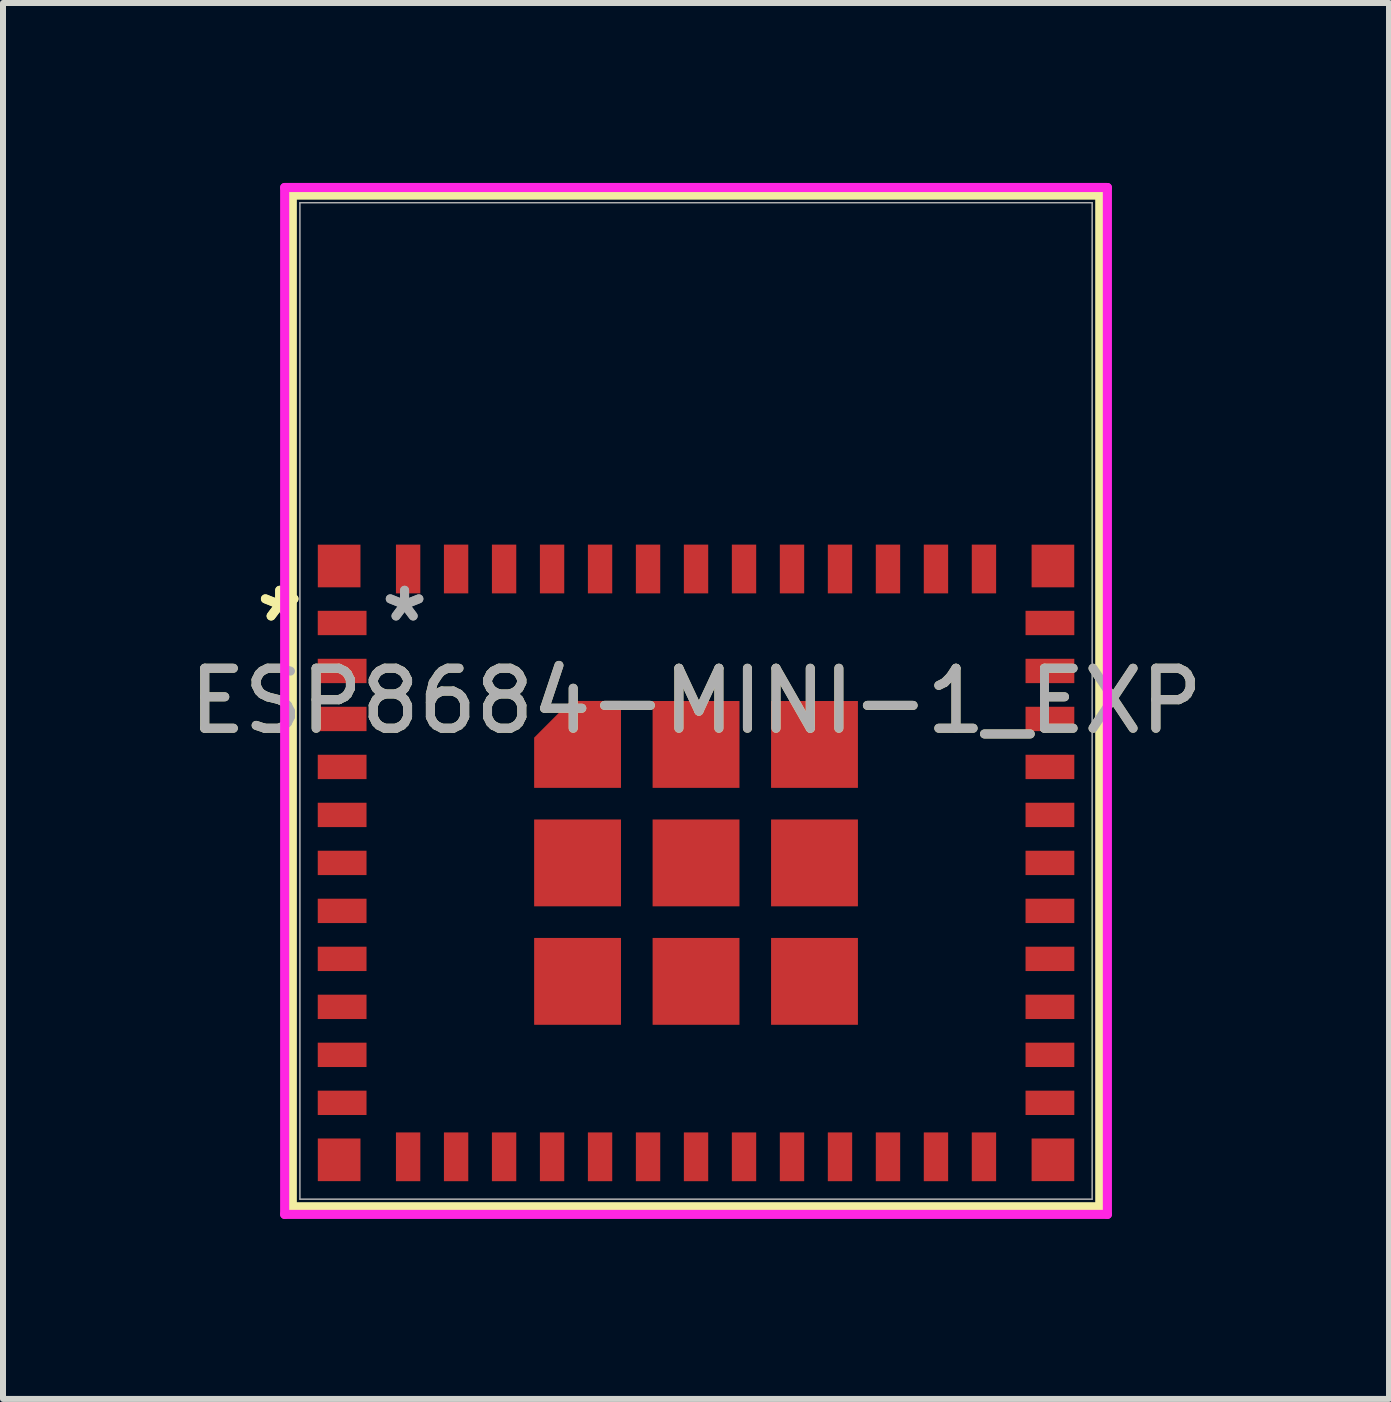
<source format=kicad_pcb>
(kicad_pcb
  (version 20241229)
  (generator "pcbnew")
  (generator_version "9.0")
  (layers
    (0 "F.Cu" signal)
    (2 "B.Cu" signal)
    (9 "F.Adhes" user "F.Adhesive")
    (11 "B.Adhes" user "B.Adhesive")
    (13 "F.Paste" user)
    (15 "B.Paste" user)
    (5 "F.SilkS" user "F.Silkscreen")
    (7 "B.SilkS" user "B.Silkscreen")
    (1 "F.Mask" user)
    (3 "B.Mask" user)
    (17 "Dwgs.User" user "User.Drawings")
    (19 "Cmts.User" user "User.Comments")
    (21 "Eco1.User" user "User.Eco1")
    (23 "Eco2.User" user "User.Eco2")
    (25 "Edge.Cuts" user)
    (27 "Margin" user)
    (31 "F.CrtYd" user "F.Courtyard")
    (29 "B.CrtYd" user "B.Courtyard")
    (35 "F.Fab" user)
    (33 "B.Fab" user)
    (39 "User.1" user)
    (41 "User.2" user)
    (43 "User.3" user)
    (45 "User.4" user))
  (footprint "ESP8684-MINI-1_EXP"
    (layer "F.Cu")
    (at 8.554 8.636)
    (property "Reference" "ESP8684-MINI-1_EXP" (at 0 0 0) (unlocked yes) (layer "F.SilkS") (effects (font (size 1 1) (thickness 0.15))))
    (attr smd)
    (fp_poly (pts (xy -1.251 0) (xy -2.089 0) (xy -2.699 0.611) (xy -2.699 1.449) (xy -1.251 1.449)) (stroke (width 0) (type solid)) (fill yes) (layer "F.Cu"))
    (fp_poly (pts (xy -1.251 0) (xy -2.089 0) (xy -2.699 0.611) (xy -2.699 1.449) (xy -1.251 1.449)) (stroke (width 0) (type solid)) (fill yes) (layer "F.Mask"))
    (fp_line (start -6.731 -8.433) (end -6.731 8.433) (stroke (width 0.152) (type solid)) (layer "F.SilkS"))
    (fp_line (start -6.731 8.433) (end 6.731 8.433) (stroke (width 0.152) (type solid)) (layer "F.SilkS"))
    (fp_line (start 6.731 -8.433) (end -6.731 -8.433) (stroke (width 0.152) (type solid)) (layer "F.SilkS"))
    (fp_line (start 6.731 8.433) (end 6.731 -8.433) (stroke (width 0.152) (type solid)) (layer "F.SilkS"))
    (fp_poly (pts (xy -1.251 0) (xy -2.089 0) (xy -2.699 0.611) (xy -2.699 1.449) (xy -1.251 1.449)) (stroke (width 0) (type solid)) (fill yes) (layer "F.Paste"))
    (fp_poly (pts (xy -6.604 -8.306) (xy -6.604 -2.896) (xy 6.604 -2.896) (xy 6.604 -8.306)) (stroke (width 0.1) (type solid)) (fill no) (layer "Eco2.User"))
    (fp_line (start -6.858 -8.56) (end -6.858 8.56) (stroke (width 0.152) (type solid)) (layer "F.CrtYd"))
    (fp_line (start -6.858 8.56) (end 6.858 8.56) (stroke (width 0.152) (type solid)) (layer "F.CrtYd"))
    (fp_line (start 6.858 -8.56) (end -6.858 -8.56) (stroke (width 0.152) (type solid)) (layer "F.CrtYd"))
    (fp_line (start 6.858 8.56) (end 6.858 -8.56) (stroke (width 0.152) (type solid)) (layer "F.CrtYd"))
    (fp_line (start -6.604 -8.306) (end -6.604 8.306) (stroke (width 0.025) (type solid)) (layer "F.Fab"))
    (fp_line (start -6.604 8.306) (end 6.604 8.306) (stroke (width 0.025) (type solid)) (layer "F.Fab"))
    (fp_line (start 6.604 -8.306) (end -6.604 -8.306) (stroke (width 0.025) (type solid)) (layer "F.Fab"))
    (fp_line (start 6.604 8.306) (end 6.604 -8.306) (stroke (width 0.025) (type solid)) (layer "F.Fab"))
    (fp_text user "*" (at -6.941 -1.3 0) (unlocked yes) (layer "F.SilkS") (effects (font (size 1 1) (thickness 0.15))))
    (fp_text user "*" (at -6.941 -1.3 0) (layer "F.SilkS") (effects (font (size 1 1) (thickness 0.15))))
    (fp_text user "${REFERENCE}" (at 0 0 0) (unlocked yes) (layer "F.Fab") (effects (font (size 1 1) (thickness 0.15))))
    (fp_text user "*" (at -4.859 -1.3 0) (unlocked yes) (layer "F.Fab") (effects (font (size 1 1) (thickness 0.15))))
    (fp_text user "*" (at -4.859 -1.3 0) (layer "F.Fab") (effects (font (size 1 1) (thickness 0.15))))
    (pad "1" smd rect (at -5.9 -1.3) (size 0.813 0.406) (layers "F.Cu" "F.Mask" "F.Paste"))
    (pad "2" smd rect (at -5.9 -0.5) (size 0.813 0.406) (layers "F.Cu" "F.Mask" "F.Paste"))
    (pad "3" smd rect (at -5.9 0.3) (size 0.813 0.406) (layers "F.Cu" "F.Mask" "F.Paste"))
    (pad "4" smd rect (at -5.9 1.1) (size 0.813 0.406) (layers "F.Cu" "F.Mask" "F.Paste"))
    (pad "5" smd rect (at -5.9 1.9) (size 0.813 0.406) (layers "F.Cu" "F.Mask" "F.Paste"))
    (pad "6" smd rect (at -5.9 2.7) (size 0.813 0.406) (layers "F.Cu" "F.Mask" "F.Paste"))
    (pad "7" smd rect (at -5.9 3.5) (size 0.813 0.406) (layers "F.Cu" "F.Mask" "F.Paste"))
    (pad "8" smd rect (at -5.9 4.3) (size 0.813 0.406) (layers "F.Cu" "F.Mask" "F.Paste"))
    (pad "9" smd rect (at -5.9 5.1) (size 0.813 0.406) (layers "F.Cu" "F.Mask" "F.Paste"))
    (pad "10" smd rect (at -5.9 5.9) (size 0.813 0.406) (layers "F.Cu" "F.Mask" "F.Paste"))
    (pad "11" smd rect (at -5.9 6.7) (size 0.813 0.406) (layers "F.Cu" "F.Mask" "F.Paste"))
    (pad "12" smd rect (at -4.8 7.6 90) (size 0.813 0.406) (layers "F.Cu" "F.Mask" "F.Paste"))
    (pad "13" smd rect (at -4 7.6 90) (size 0.813 0.406) (layers "F.Cu" "F.Mask" "F.Paste"))
    (pad "14" smd rect (at -3.2 7.6 90) (size 0.813 0.406) (layers "F.Cu" "F.Mask" "F.Paste"))
    (pad "15" smd rect (at -2.4 7.6 90) (size 0.813 0.406) (layers "F.Cu" "F.Mask" "F.Paste"))
    (pad "16" smd rect (at -1.6 7.6 90) (size 0.813 0.406) (layers "F.Cu" "F.Mask" "F.Paste"))
    (pad "17" smd rect (at -0.8 7.6 90) (size 0.813 0.406) (layers "F.Cu" "F.Mask" "F.Paste"))
    (pad "18" smd rect (at 0 7.6 90) (size 0.813 0.406) (layers "F.Cu" "F.Mask" "F.Paste"))
    (pad "19" smd rect (at 0.8 7.6 90) (size 0.813 0.406) (layers "F.Cu" "F.Mask" "F.Paste"))
    (pad "20" smd rect (at 1.6 7.6 90) (size 0.813 0.406) (layers "F.Cu" "F.Mask" "F.Paste"))
    (pad "21" smd rect (at 2.4 7.6 90) (size 0.813 0.406) (layers "F.Cu" "F.Mask" "F.Paste"))
    (pad "22" smd rect (at 3.2 7.6 90) (size 0.813 0.406) (layers "F.Cu" "F.Mask" "F.Paste"))
    (pad "23" smd rect (at 4 7.6 90) (size 0.813 0.406) (layers "F.Cu" "F.Mask" "F.Paste"))
    (pad "24" smd rect (at 4.8 7.6 90) (size 0.813 0.406) (layers "F.Cu" "F.Mask" "F.Paste"))
    (pad "25" smd rect (at 5.9 6.7) (size 0.813 0.406) (layers "F.Cu" "F.Mask" "F.Paste"))
    (pad "26" smd rect (at 5.9 5.9) (size 0.813 0.406) (layers "F.Cu" "F.Mask" "F.Paste"))
    (pad "27" smd rect (at 5.9 5.1) (size 0.813 0.406) (layers "F.Cu" "F.Mask" "F.Paste"))
    (pad "28" smd rect (at 5.9 4.3) (size 0.813 0.406) (layers "F.Cu" "F.Mask" "F.Paste"))
    (pad "29" smd rect (at 5.9 3.5) (size 0.813 0.406) (layers "F.Cu" "F.Mask" "F.Paste"))
    (pad "30" smd rect (at 5.9 2.7) (size 0.813 0.406) (layers "F.Cu" "F.Mask" "F.Paste"))
    (pad "31" smd rect (at 5.9 1.9) (size 0.813 0.406) (layers "F.Cu" "F.Mask" "F.Paste"))
    (pad "32" smd rect (at 5.9 1.1) (size 0.813 0.406) (layers "F.Cu" "F.Mask" "F.Paste"))
    (pad "33" smd rect (at 5.9 0.3) (size 0.813 0.406) (layers "F.Cu" "F.Mask" "F.Paste"))
    (pad "34" smd rect (at 5.9 -0.5) (size 0.813 0.406) (layers "F.Cu" "F.Mask" "F.Paste"))
    (pad "35" smd rect (at 5.9 -1.3) (size 0.813 0.406) (layers "F.Cu" "F.Mask" "F.Paste"))
    (pad "36" smd rect (at 4.8 -2.2 90) (size 0.813 0.406) (layers "F.Cu" "F.Mask" "F.Paste"))
    (pad "37" smd rect (at 4 -2.2 90) (size 0.813 0.406) (layers "F.Cu" "F.Mask" "F.Paste"))
    (pad "38" smd rect (at 3.2 -2.2 90) (size 0.813 0.406) (layers "F.Cu" "F.Mask" "F.Paste"))
    (pad "39" smd rect (at 2.4 -2.2 90) (size 0.813 0.406) (layers "F.Cu" "F.Mask" "F.Paste"))
    (pad "40" smd rect (at 1.6 -2.2 90) (size 0.813 0.406) (layers "F.Cu" "F.Mask" "F.Paste"))
    (pad "41" smd rect (at 0.8 -2.2 90) (size 0.813 0.406) (layers "F.Cu" "F.Mask" "F.Paste"))
    (pad "42" smd rect (at 0 -2.2 90) (size 0.813 0.406) (layers "F.Cu" "F.Mask" "F.Paste"))
    (pad "43" smd rect (at -0.8 -2.2 90) (size 0.813 0.406) (layers "F.Cu" "F.Mask" "F.Paste"))
    (pad "44" smd rect (at -1.6 -2.2 90) (size 0.813 0.406) (layers "F.Cu" "F.Mask" "F.Paste"))
    (pad "45" smd rect (at -2.4 -2.2 90) (size 0.813 0.406) (layers "F.Cu" "F.Mask" "F.Paste"))
    (pad "46" smd rect (at -3.2 -2.2 90) (size 0.813 0.406) (layers "F.Cu" "F.Mask" "F.Paste"))
    (pad "47" smd rect (at -4 -2.2 90) (size 0.813 0.406) (layers "F.Cu" "F.Mask" "F.Paste"))
    (pad "48" smd rect (at -4.8 -2.2 90) (size 0.813 0.406) (layers "F.Cu" "F.Mask" "F.Paste"))
    (pad "49" smd rect (at 0 2.7) (size 1.448 1.448) (layers "F.Cu" "F.Mask" "F.Paste"))
    (pad "50" smd rect (at 5.95 -2.25) (size 0.711 0.711) (layers "F.Cu" "F.Mask" "F.Paste"))
    (pad "51" smd rect (at 5.95 7.65) (size 0.711 0.711) (layers "F.Cu" "F.Mask" "F.Paste"))
    (pad "52" smd rect (at -5.95 7.65) (size 0.711 0.711) (layers "F.Cu" "F.Mask" "F.Paste"))
    (pad "53" smd rect (at -5.95 -2.25) (size 0.711 0.711) (layers "F.Cu" "F.Mask" "F.Paste"))
    (pad "54" smd rect (at 1.975 0.725) (size 1.448 1.448) (layers "F.Cu" "F.Mask" "F.Paste"))
    (pad "55" smd rect (at 1.975 2.7) (size 1.448 1.448) (layers "F.Cu" "F.Mask" "F.Paste"))
    (pad "56" smd rect (at 1.975 4.675) (size 1.448 1.448) (layers "F.Cu" "F.Mask" "F.Paste"))
    (pad "57" smd rect (at 0 4.675) (size 1.448 1.448) (layers "F.Cu" "F.Mask" "F.Paste"))
    (pad "58" smd rect (at -1.975 4.675) (size 1.448 1.448) (layers "F.Cu" "F.Mask" "F.Paste"))
    (pad "59" smd rect (at -1.975 2.7) (size 1.448 1.448) (layers "F.Cu" "F.Mask" "F.Paste"))
    (pad "60" smd rect (at -1.975 0.725) (size 0.127 0.127) (layers "F.Cu" "F.Mask" "F.Paste"))
    (pad "61" smd rect (at 0 0.725) (size 1.448 1.448) (layers "F.Cu" "F.Mask" "F.Paste")))
  (gr_rect
    (start -3 -3)
    (end 20.107 20.272)
    (stroke (width 0.1) (type default))
    (fill no)
    (layer "Edge.Cuts")))
</source>
